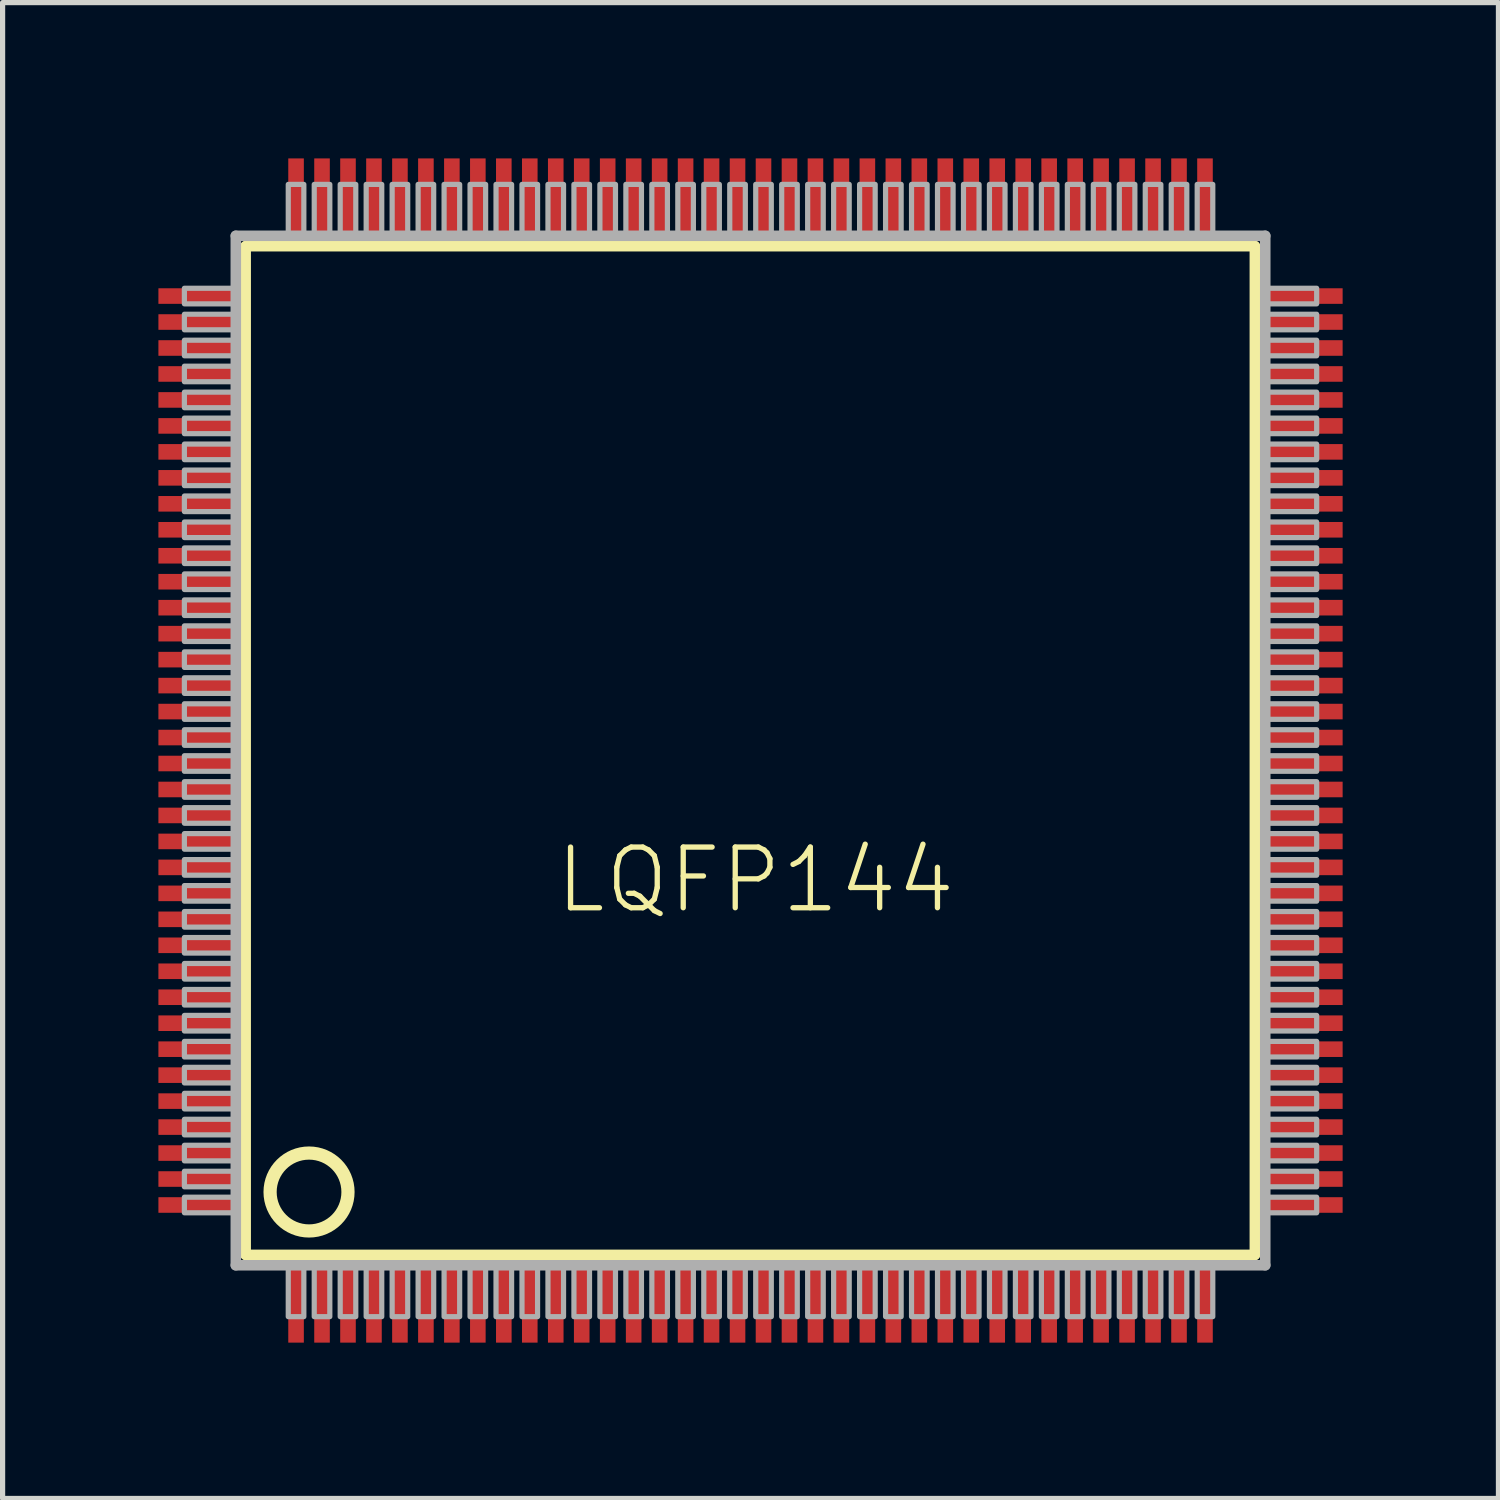
<source format=kicad_pcb>
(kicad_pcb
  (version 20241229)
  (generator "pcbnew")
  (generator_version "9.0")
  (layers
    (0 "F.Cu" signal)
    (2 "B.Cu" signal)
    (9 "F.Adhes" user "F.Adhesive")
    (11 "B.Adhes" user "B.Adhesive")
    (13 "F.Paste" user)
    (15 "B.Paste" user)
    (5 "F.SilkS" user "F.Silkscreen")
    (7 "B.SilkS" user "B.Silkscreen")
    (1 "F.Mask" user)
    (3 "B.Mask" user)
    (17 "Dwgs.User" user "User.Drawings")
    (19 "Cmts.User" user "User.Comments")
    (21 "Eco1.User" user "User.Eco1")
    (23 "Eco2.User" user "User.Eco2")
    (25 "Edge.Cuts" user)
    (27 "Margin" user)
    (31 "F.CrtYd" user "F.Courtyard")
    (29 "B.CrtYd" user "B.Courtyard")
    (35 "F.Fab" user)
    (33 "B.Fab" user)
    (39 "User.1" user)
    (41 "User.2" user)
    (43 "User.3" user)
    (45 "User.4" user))
  (footprint "LQFP144"
    (layer "F.Cu")
    (at 11.4 11.4)
    (property "Reference" "LQFP144" (at -3.81 3.175 0) (unlocked yes) (layer "F.SilkS") (effects (font (size 1.168 1.168) (thickness 0.102)) (justify left bottom)))
    (fp_line (start -9.72 -9.71) (end 9.71 -9.71) (stroke (width 0.203) (type solid)) (layer "F.SilkS"))
    (fp_line (start -9.72 9.71) (end -9.72 -9.71) (stroke (width 0.203) (type solid)) (layer "F.SilkS"))
    (fp_line (start 9.71 -9.71) (end 9.71 9.71) (stroke (width 0.203) (type solid)) (layer "F.SilkS"))
    (fp_line (start 9.71 9.71) (end -9.72 9.71) (stroke (width 0.203) (type solid)) (layer "F.SilkS"))
    (fp_circle (center -8.5 8.5) (end -7.75 8.5) (stroke (width 0.254) (type solid)) (fill no) (layer "F.SilkS"))
    (fp_line (start -9.91 -9.91) (end -9.91 9.91) (stroke (width 0.203) (type solid)) (layer "F.Fab"))
    (fp_line (start -9.91 9.91) (end 9.91 9.91) (stroke (width 0.203) (type solid)) (layer "F.Fab"))
    (fp_line (start 9.91 -9.91) (end -9.91 -9.91) (stroke (width 0.203) (type solid)) (layer "F.Fab"))
    (fp_line (start 9.91 9.91) (end 9.91 -9.91) (stroke (width 0.203) (type solid)) (layer "F.Fab"))
    (fp_poly (pts (xy -10.9 -8.6) (xy -9.95 -8.6) (xy -9.95 -8.9) (xy -10.9 -8.9)) (stroke (width 0.1) (type default)) (fill no) (layer "F.Fab"))
    (fp_poly (pts (xy -10.9 -8.1) (xy -9.95 -8.1) (xy -9.95 -8.4) (xy -10.9 -8.4)) (stroke (width 0.1) (type default)) (fill no) (layer "F.Fab"))
    (fp_poly (pts (xy -10.9 -7.6) (xy -9.95 -7.6) (xy -9.95 -7.9) (xy -10.9 -7.9)) (stroke (width 0.1) (type default)) (fill no) (layer "F.Fab"))
    (fp_poly (pts (xy -10.9 -7.1) (xy -9.95 -7.1) (xy -9.95 -7.4) (xy -10.9 -7.4)) (stroke (width 0.1) (type default)) (fill no) (layer "F.Fab"))
    (fp_poly (pts (xy -10.9 -6.6) (xy -9.95 -6.6) (xy -9.95 -6.9) (xy -10.9 -6.9)) (stroke (width 0.1) (type default)) (fill no) (layer "F.Fab"))
    (fp_poly (pts (xy -10.9 -6.1) (xy -9.95 -6.1) (xy -9.95 -6.4) (xy -10.9 -6.4)) (stroke (width 0.1) (type default)) (fill no) (layer "F.Fab"))
    (fp_poly (pts (xy -10.9 -5.6) (xy -9.95 -5.6) (xy -9.95 -5.9) (xy -10.9 -5.9)) (stroke (width 0.1) (type default)) (fill no) (layer "F.Fab"))
    (fp_poly (pts (xy -10.9 -5.1) (xy -9.95 -5.1) (xy -9.95 -5.4) (xy -10.9 -5.4)) (stroke (width 0.1) (type default)) (fill no) (layer "F.Fab"))
    (fp_poly (pts (xy -10.9 -4.6) (xy -9.95 -4.6) (xy -9.95 -4.9) (xy -10.9 -4.9)) (stroke (width 0.1) (type default)) (fill no) (layer "F.Fab"))
    (fp_poly (pts (xy -10.9 -4.1) (xy -9.95 -4.1) (xy -9.95 -4.4) (xy -10.9 -4.4)) (stroke (width 0.1) (type default)) (fill no) (layer "F.Fab"))
    (fp_poly (pts (xy -10.9 -3.6) (xy -9.95 -3.6) (xy -9.95 -3.9) (xy -10.9 -3.9)) (stroke (width 0.1) (type default)) (fill no) (layer "F.Fab"))
    (fp_poly (pts (xy -10.9 -3.1) (xy -9.95 -3.1) (xy -9.95 -3.4) (xy -10.9 -3.4)) (stroke (width 0.1) (type default)) (fill no) (layer "F.Fab"))
    (fp_poly (pts (xy -10.9 -2.6) (xy -9.95 -2.6) (xy -9.95 -2.9) (xy -10.9 -2.9)) (stroke (width 0.1) (type default)) (fill no) (layer "F.Fab"))
    (fp_poly (pts (xy -10.9 -2.1) (xy -9.95 -2.1) (xy -9.95 -2.4) (xy -10.9 -2.4)) (stroke (width 0.1) (type default)) (fill no) (layer "F.Fab"))
    (fp_poly (pts (xy -10.9 -1.6) (xy -9.95 -1.6) (xy -9.95 -1.9) (xy -10.9 -1.9)) (stroke (width 0.1) (type default)) (fill no) (layer "F.Fab"))
    (fp_poly (pts (xy -10.9 -1.1) (xy -9.95 -1.1) (xy -9.95 -1.4) (xy -10.9 -1.4)) (stroke (width 0.1) (type default)) (fill no) (layer "F.Fab"))
    (fp_poly (pts (xy -10.9 -0.6) (xy -9.95 -0.6) (xy -9.95 -0.9) (xy -10.9 -0.9)) (stroke (width 0.1) (type default)) (fill no) (layer "F.Fab"))
    (fp_poly (pts (xy -10.9 -0.1) (xy -9.95 -0.1) (xy -9.95 -0.4) (xy -10.9 -0.4)) (stroke (width 0.1) (type default)) (fill no) (layer "F.Fab"))
    (fp_poly (pts (xy -10.9 0.4) (xy -9.95 0.4) (xy -9.95 0.1) (xy -10.9 0.1)) (stroke (width 0.1) (type default)) (fill no) (layer "F.Fab"))
    (fp_poly (pts (xy -10.9 0.9) (xy -9.95 0.9) (xy -9.95 0.6) (xy -10.9 0.6)) (stroke (width 0.1) (type default)) (fill no) (layer "F.Fab"))
    (fp_poly (pts (xy -10.9 1.4) (xy -9.95 1.4) (xy -9.95 1.1) (xy -10.9 1.1)) (stroke (width 0.1) (type default)) (fill no) (layer "F.Fab"))
    (fp_poly (pts (xy -10.9 1.9) (xy -9.95 1.9) (xy -9.95 1.6) (xy -10.9 1.6)) (stroke (width 0.1) (type default)) (fill no) (layer "F.Fab"))
    (fp_poly (pts (xy -10.9 2.4) (xy -9.95 2.4) (xy -9.95 2.1) (xy -10.9 2.1)) (stroke (width 0.1) (type default)) (fill no) (layer "F.Fab"))
    (fp_poly (pts (xy -10.9 2.9) (xy -9.95 2.9) (xy -9.95 2.6) (xy -10.9 2.6)) (stroke (width 0.1) (type default)) (fill no) (layer "F.Fab"))
    (fp_poly (pts (xy -10.9 3.4) (xy -9.95 3.4) (xy -9.95 3.1) (xy -10.9 3.1)) (stroke (width 0.1) (type default)) (fill no) (layer "F.Fab"))
    (fp_poly (pts (xy -10.9 3.9) (xy -9.95 3.9) (xy -9.95 3.6) (xy -10.9 3.6)) (stroke (width 0.1) (type default)) (fill no) (layer "F.Fab"))
    (fp_poly (pts (xy -10.9 4.4) (xy -9.95 4.4) (xy -9.95 4.1) (xy -10.9 4.1)) (stroke (width 0.1) (type default)) (fill no) (layer "F.Fab"))
    (fp_poly (pts (xy -10.9 4.9) (xy -9.95 4.9) (xy -9.95 4.6) (xy -10.9 4.6)) (stroke (width 0.1) (type default)) (fill no) (layer "F.Fab"))
    (fp_poly (pts (xy -10.9 5.4) (xy -9.95 5.4) (xy -9.95 5.1) (xy -10.9 5.1)) (stroke (width 0.1) (type default)) (fill no) (layer "F.Fab"))
    (fp_poly (pts (xy -10.9 5.9) (xy -9.95 5.9) (xy -9.95 5.6) (xy -10.9 5.6)) (stroke (width 0.1) (type default)) (fill no) (layer "F.Fab"))
    (fp_poly (pts (xy -10.9 6.4) (xy -9.95 6.4) (xy -9.95 6.1) (xy -10.9 6.1)) (stroke (width 0.1) (type default)) (fill no) (layer "F.Fab"))
    (fp_poly (pts (xy -10.9 6.9) (xy -9.95 6.9) (xy -9.95 6.6) (xy -10.9 6.6)) (stroke (width 0.1) (type default)) (fill no) (layer "F.Fab"))
    (fp_poly (pts (xy -10.9 7.4) (xy -9.95 7.4) (xy -9.95 7.1) (xy -10.9 7.1)) (stroke (width 0.1) (type default)) (fill no) (layer "F.Fab"))
    (fp_poly (pts (xy -10.9 7.9) (xy -9.95 7.9) (xy -9.95 7.6) (xy -10.9 7.6)) (stroke (width 0.1) (type default)) (fill no) (layer "F.Fab"))
    (fp_poly (pts (xy -10.9 8.4) (xy -9.95 8.4) (xy -9.95 8.1) (xy -10.9 8.1)) (stroke (width 0.1) (type default)) (fill no) (layer "F.Fab"))
    (fp_poly (pts (xy -10.9 8.9) (xy -9.95 8.9) (xy -9.95 8.6) (xy -10.9 8.6)) (stroke (width 0.1) (type default)) (fill no) (layer "F.Fab"))
    (fp_poly (pts (xy -8.9 -9.95) (xy -8.6 -9.95) (xy -8.6 -10.9) (xy -8.9 -10.9)) (stroke (width 0.1) (type default)) (fill no) (layer "F.Fab"))
    (fp_poly (pts (xy -8.9 10.9) (xy -8.6 10.9) (xy -8.6 9.95) (xy -8.9 9.95)) (stroke (width 0.1) (type default)) (fill no) (layer "F.Fab"))
    (fp_poly (pts (xy -8.4 -9.95) (xy -8.1 -9.95) (xy -8.1 -10.9) (xy -8.4 -10.9)) (stroke (width 0.1) (type default)) (fill no) (layer "F.Fab"))
    (fp_poly (pts (xy -8.4 10.9) (xy -8.1 10.9) (xy -8.1 9.95) (xy -8.4 9.95)) (stroke (width 0.1) (type default)) (fill no) (layer "F.Fab"))
    (fp_poly (pts (xy -7.9 -9.95) (xy -7.6 -9.95) (xy -7.6 -10.9) (xy -7.9 -10.9)) (stroke (width 0.1) (type default)) (fill no) (layer "F.Fab"))
    (fp_poly (pts (xy -7.9 10.9) (xy -7.6 10.9) (xy -7.6 9.95) (xy -7.9 9.95)) (stroke (width 0.1) (type default)) (fill no) (layer "F.Fab"))
    (fp_poly (pts (xy -7.4 -9.95) (xy -7.1 -9.95) (xy -7.1 -10.9) (xy -7.4 -10.9)) (stroke (width 0.1) (type default)) (fill no) (layer "F.Fab"))
    (fp_poly (pts (xy -7.4 10.9) (xy -7.1 10.9) (xy -7.1 9.95) (xy -7.4 9.95)) (stroke (width 0.1) (type default)) (fill no) (layer "F.Fab"))
    (fp_poly (pts (xy -6.9 -9.95) (xy -6.6 -9.95) (xy -6.6 -10.9) (xy -6.9 -10.9)) (stroke (width 0.1) (type default)) (fill no) (layer "F.Fab"))
    (fp_poly (pts (xy -6.9 10.9) (xy -6.6 10.9) (xy -6.6 9.95) (xy -6.9 9.95)) (stroke (width 0.1) (type default)) (fill no) (layer "F.Fab"))
    (fp_poly (pts (xy -6.4 -9.95) (xy -6.1 -9.95) (xy -6.1 -10.9) (xy -6.4 -10.9)) (stroke (width 0.1) (type default)) (fill no) (layer "F.Fab"))
    (fp_poly (pts (xy -6.4 10.9) (xy -6.1 10.9) (xy -6.1 9.95) (xy -6.4 9.95)) (stroke (width 0.1) (type default)) (fill no) (layer "F.Fab"))
    (fp_poly (pts (xy -5.9 -9.95) (xy -5.6 -9.95) (xy -5.6 -10.9) (xy -5.9 -10.9)) (stroke (width 0.1) (type default)) (fill no) (layer "F.Fab"))
    (fp_poly (pts (xy -5.9 10.9) (xy -5.6 10.9) (xy -5.6 9.95) (xy -5.9 9.95)) (stroke (width 0.1) (type default)) (fill no) (layer "F.Fab"))
    (fp_poly (pts (xy -5.4 -9.95) (xy -5.1 -9.95) (xy -5.1 -10.9) (xy -5.4 -10.9)) (stroke (width 0.1) (type default)) (fill no) (layer "F.Fab"))
    (fp_poly (pts (xy -5.4 10.9) (xy -5.1 10.9) (xy -5.1 9.95) (xy -5.4 9.95)) (stroke (width 0.1) (type default)) (fill no) (layer "F.Fab"))
    (fp_poly (pts (xy -4.9 -9.95) (xy -4.6 -9.95) (xy -4.6 -10.9) (xy -4.9 -10.9)) (stroke (width 0.1) (type default)) (fill no) (layer "F.Fab"))
    (fp_poly (pts (xy -4.9 10.9) (xy -4.6 10.9) (xy -4.6 9.95) (xy -4.9 9.95)) (stroke (width 0.1) (type default)) (fill no) (layer "F.Fab"))
    (fp_poly (pts (xy -4.4 -9.95) (xy -4.1 -9.95) (xy -4.1 -10.9) (xy -4.4 -10.9)) (stroke (width 0.1) (type default)) (fill no) (layer "F.Fab"))
    (fp_poly (pts (xy -4.4 10.9) (xy -4.1 10.9) (xy -4.1 9.95) (xy -4.4 9.95)) (stroke (width 0.1) (type default)) (fill no) (layer "F.Fab"))
    (fp_poly (pts (xy -3.9 -9.95) (xy -3.6 -9.95) (xy -3.6 -10.9) (xy -3.9 -10.9)) (stroke (width 0.1) (type default)) (fill no) (layer "F.Fab"))
    (fp_poly (pts (xy -3.9 10.9) (xy -3.6 10.9) (xy -3.6 9.95) (xy -3.9 9.95)) (stroke (width 0.1) (type default)) (fill no) (layer "F.Fab"))
    (fp_poly (pts (xy -3.4 -9.95) (xy -3.1 -9.95) (xy -3.1 -10.9) (xy -3.4 -10.9)) (stroke (width 0.1) (type default)) (fill no) (layer "F.Fab"))
    (fp_poly (pts (xy -3.4 10.9) (xy -3.1 10.9) (xy -3.1 9.95) (xy -3.4 9.95)) (stroke (width 0.1) (type default)) (fill no) (layer "F.Fab"))
    (fp_poly (pts (xy -2.9 -9.95) (xy -2.6 -9.95) (xy -2.6 -10.9) (xy -2.9 -10.9)) (stroke (width 0.1) (type default)) (fill no) (layer "F.Fab"))
    (fp_poly (pts (xy -2.9 10.9) (xy -2.6 10.9) (xy -2.6 9.95) (xy -2.9 9.95)) (stroke (width 0.1) (type default)) (fill no) (layer "F.Fab"))
    (fp_poly (pts (xy -2.4 -9.95) (xy -2.1 -9.95) (xy -2.1 -10.9) (xy -2.4 -10.9)) (stroke (width 0.1) (type default)) (fill no) (layer "F.Fab"))
    (fp_poly (pts (xy -2.4 10.9) (xy -2.1 10.9) (xy -2.1 9.95) (xy -2.4 9.95)) (stroke (width 0.1) (type default)) (fill no) (layer "F.Fab"))
    (fp_poly (pts (xy -1.9 -9.95) (xy -1.6 -9.95) (xy -1.6 -10.9) (xy -1.9 -10.9)) (stroke (width 0.1) (type default)) (fill no) (layer "F.Fab"))
    (fp_poly (pts (xy -1.9 10.9) (xy -1.6 10.9) (xy -1.6 9.95) (xy -1.9 9.95)) (stroke (width 0.1) (type default)) (fill no) (layer "F.Fab"))
    (fp_poly (pts (xy -1.4 -9.95) (xy -1.1 -9.95) (xy -1.1 -10.9) (xy -1.4 -10.9)) (stroke (width 0.1) (type default)) (fill no) (layer "F.Fab"))
    (fp_poly (pts (xy -1.4 10.9) (xy -1.1 10.9) (xy -1.1 9.95) (xy -1.4 9.95)) (stroke (width 0.1) (type default)) (fill no) (layer "F.Fab"))
    (fp_poly (pts (xy -0.9 -9.95) (xy -0.6 -9.95) (xy -0.6 -10.9) (xy -0.9 -10.9)) (stroke (width 0.1) (type default)) (fill no) (layer "F.Fab"))
    (fp_poly (pts (xy -0.9 10.9) (xy -0.6 10.9) (xy -0.6 9.95) (xy -0.9 9.95)) (stroke (width 0.1) (type default)) (fill no) (layer "F.Fab"))
    (fp_poly (pts (xy -0.4 -9.95) (xy -0.1 -9.95) (xy -0.1 -10.9) (xy -0.4 -10.9)) (stroke (width 0.1) (type default)) (fill no) (layer "F.Fab"))
    (fp_poly (pts (xy -0.4 10.9) (xy -0.1 10.9) (xy -0.1 9.95) (xy -0.4 9.95)) (stroke (width 0.1) (type default)) (fill no) (layer "F.Fab"))
    (fp_poly (pts (xy 0.1 -9.95) (xy 0.4 -9.95) (xy 0.4 -10.9) (xy 0.1 -10.9)) (stroke (width 0.1) (type default)) (fill no) (layer "F.Fab"))
    (fp_poly (pts (xy 0.1 10.9) (xy 0.4 10.9) (xy 0.4 9.95) (xy 0.1 9.95)) (stroke (width 0.1) (type default)) (fill no) (layer "F.Fab"))
    (fp_poly (pts (xy 0.6 -9.95) (xy 0.9 -9.95) (xy 0.9 -10.9) (xy 0.6 -10.9)) (stroke (width 0.1) (type default)) (fill no) (layer "F.Fab"))
    (fp_poly (pts (xy 0.6 10.9) (xy 0.9 10.9) (xy 0.9 9.95) (xy 0.6 9.95)) (stroke (width 0.1) (type default)) (fill no) (layer "F.Fab"))
    (fp_poly (pts (xy 1.1 -9.95) (xy 1.4 -9.95) (xy 1.4 -10.9) (xy 1.1 -10.9)) (stroke (width 0.1) (type default)) (fill no) (layer "F.Fab"))
    (fp_poly (pts (xy 1.1 10.9) (xy 1.4 10.9) (xy 1.4 9.95) (xy 1.1 9.95)) (stroke (width 0.1) (type default)) (fill no) (layer "F.Fab"))
    (fp_poly (pts (xy 1.6 -9.95) (xy 1.9 -9.95) (xy 1.9 -10.9) (xy 1.6 -10.9)) (stroke (width 0.1) (type default)) (fill no) (layer "F.Fab"))
    (fp_poly (pts (xy 1.6 10.9) (xy 1.9 10.9) (xy 1.9 9.95) (xy 1.6 9.95)) (stroke (width 0.1) (type default)) (fill no) (layer "F.Fab"))
    (fp_poly (pts (xy 2.1 -9.95) (xy 2.4 -9.95) (xy 2.4 -10.9) (xy 2.1 -10.9)) (stroke (width 0.1) (type default)) (fill no) (layer "F.Fab"))
    (fp_poly (pts (xy 2.1 10.9) (xy 2.4 10.9) (xy 2.4 9.95) (xy 2.1 9.95)) (stroke (width 0.1) (type default)) (fill no) (layer "F.Fab"))
    (fp_poly (pts (xy 2.6 -9.95) (xy 2.9 -9.95) (xy 2.9 -10.9) (xy 2.6 -10.9)) (stroke (width 0.1) (type default)) (fill no) (layer "F.Fab"))
    (fp_poly (pts (xy 2.6 10.9) (xy 2.9 10.9) (xy 2.9 9.95) (xy 2.6 9.95)) (stroke (width 0.1) (type default)) (fill no) (layer "F.Fab"))
    (fp_poly (pts (xy 3.1 -9.95) (xy 3.4 -9.95) (xy 3.4 -10.9) (xy 3.1 -10.9)) (stroke (width 0.1) (type default)) (fill no) (layer "F.Fab"))
    (fp_poly (pts (xy 3.1 10.9) (xy 3.4 10.9) (xy 3.4 9.95) (xy 3.1 9.95)) (stroke (width 0.1) (type default)) (fill no) (layer "F.Fab"))
    (fp_poly (pts (xy 3.6 -9.95) (xy 3.9 -9.95) (xy 3.9 -10.9) (xy 3.6 -10.9)) (stroke (width 0.1) (type default)) (fill no) (layer "F.Fab"))
    (fp_poly (pts (xy 3.6 10.9) (xy 3.9 10.9) (xy 3.9 9.95) (xy 3.6 9.95)) (stroke (width 0.1) (type default)) (fill no) (layer "F.Fab"))
    (fp_poly (pts (xy 4.1 -9.95) (xy 4.4 -9.95) (xy 4.4 -10.9) (xy 4.1 -10.9)) (stroke (width 0.1) (type default)) (fill no) (layer "F.Fab"))
    (fp_poly (pts (xy 4.1 10.9) (xy 4.4 10.9) (xy 4.4 9.95) (xy 4.1 9.95)) (stroke (width 0.1) (type default)) (fill no) (layer "F.Fab"))
    (fp_poly (pts (xy 4.6 -9.95) (xy 4.9 -9.95) (xy 4.9 -10.9) (xy 4.6 -10.9)) (stroke (width 0.1) (type default)) (fill no) (layer "F.Fab"))
    (fp_poly (pts (xy 4.6 10.9) (xy 4.9 10.9) (xy 4.9 9.95) (xy 4.6 9.95)) (stroke (width 0.1) (type default)) (fill no) (layer "F.Fab"))
    (fp_poly (pts (xy 5.1 -9.95) (xy 5.4 -9.95) (xy 5.4 -10.9) (xy 5.1 -10.9)) (stroke (width 0.1) (type default)) (fill no) (layer "F.Fab"))
    (fp_poly (pts (xy 5.1 10.9) (xy 5.4 10.9) (xy 5.4 9.95) (xy 5.1 9.95)) (stroke (width 0.1) (type default)) (fill no) (layer "F.Fab"))
    (fp_poly (pts (xy 5.6 -9.95) (xy 5.9 -9.95) (xy 5.9 -10.9) (xy 5.6 -10.9)) (stroke (width 0.1) (type default)) (fill no) (layer "F.Fab"))
    (fp_poly (pts (xy 5.6 10.9) (xy 5.9 10.9) (xy 5.9 9.95) (xy 5.6 9.95)) (stroke (width 0.1) (type default)) (fill no) (layer "F.Fab"))
    (fp_poly (pts (xy 6.1 -9.95) (xy 6.4 -9.95) (xy 6.4 -10.9) (xy 6.1 -10.9)) (stroke (width 0.1) (type default)) (fill no) (layer "F.Fab"))
    (fp_poly (pts (xy 6.1 10.9) (xy 6.4 10.9) (xy 6.4 9.95) (xy 6.1 9.95)) (stroke (width 0.1) (type default)) (fill no) (layer "F.Fab"))
    (fp_poly (pts (xy 6.6 -9.95) (xy 6.9 -9.95) (xy 6.9 -10.9) (xy 6.6 -10.9)) (stroke (width 0.1) (type default)) (fill no) (layer "F.Fab"))
    (fp_poly (pts (xy 6.6 10.9) (xy 6.9 10.9) (xy 6.9 9.95) (xy 6.6 9.95)) (stroke (width 0.1) (type default)) (fill no) (layer "F.Fab"))
    (fp_poly (pts (xy 7.1 -9.95) (xy 7.4 -9.95) (xy 7.4 -10.9) (xy 7.1 -10.9)) (stroke (width 0.1) (type default)) (fill no) (layer "F.Fab"))
    (fp_poly (pts (xy 7.1 10.9) (xy 7.4 10.9) (xy 7.4 9.95) (xy 7.1 9.95)) (stroke (width 0.1) (type default)) (fill no) (layer "F.Fab"))
    (fp_poly (pts (xy 7.6 -9.95) (xy 7.9 -9.95) (xy 7.9 -10.9) (xy 7.6 -10.9)) (stroke (width 0.1) (type default)) (fill no) (layer "F.Fab"))
    (fp_poly (pts (xy 7.6 10.9) (xy 7.9 10.9) (xy 7.9 9.95) (xy 7.6 9.95)) (stroke (width 0.1) (type default)) (fill no) (layer "F.Fab"))
    (fp_poly (pts (xy 8.1 -9.95) (xy 8.4 -9.95) (xy 8.4 -10.9) (xy 8.1 -10.9)) (stroke (width 0.1) (type default)) (fill no) (layer "F.Fab"))
    (fp_poly (pts (xy 8.1 10.9) (xy 8.4 10.9) (xy 8.4 9.95) (xy 8.1 9.95)) (stroke (width 0.1) (type default)) (fill no) (layer "F.Fab"))
    (fp_poly (pts (xy 8.6 -9.95) (xy 8.9 -9.95) (xy 8.9 -10.9) (xy 8.6 -10.9)) (stroke (width 0.1) (type default)) (fill no) (layer "F.Fab"))
    (fp_poly (pts (xy 8.6 10.9) (xy 8.9 10.9) (xy 8.9 9.95) (xy 8.6 9.95)) (stroke (width 0.1) (type default)) (fill no) (layer "F.Fab"))
    (fp_poly (pts (xy 9.95 -8.6) (xy 10.9 -8.6) (xy 10.9 -8.9) (xy 9.95 -8.9)) (stroke (width 0.1) (type default)) (fill no) (layer "F.Fab"))
    (fp_poly (pts (xy 9.95 -8.1) (xy 10.9 -8.1) (xy 10.9 -8.4) (xy 9.95 -8.4)) (stroke (width 0.1) (type default)) (fill no) (layer "F.Fab"))
    (fp_poly (pts (xy 9.95 -7.6) (xy 10.9 -7.6) (xy 10.9 -7.9) (xy 9.95 -7.9)) (stroke (width 0.1) (type default)) (fill no) (layer "F.Fab"))
    (fp_poly (pts (xy 9.95 -7.1) (xy 10.9 -7.1) (xy 10.9 -7.4) (xy 9.95 -7.4)) (stroke (width 0.1) (type default)) (fill no) (layer "F.Fab"))
    (fp_poly (pts (xy 9.95 -6.6) (xy 10.9 -6.6) (xy 10.9 -6.9) (xy 9.95 -6.9)) (stroke (width 0.1) (type default)) (fill no) (layer "F.Fab"))
    (fp_poly (pts (xy 9.95 -6.1) (xy 10.9 -6.1) (xy 10.9 -6.4) (xy 9.95 -6.4)) (stroke (width 0.1) (type default)) (fill no) (layer "F.Fab"))
    (fp_poly (pts (xy 9.95 -5.6) (xy 10.9 -5.6) (xy 10.9 -5.9) (xy 9.95 -5.9)) (stroke (width 0.1) (type default)) (fill no) (layer "F.Fab"))
    (fp_poly (pts (xy 9.95 -5.1) (xy 10.9 -5.1) (xy 10.9 -5.4) (xy 9.95 -5.4)) (stroke (width 0.1) (type default)) (fill no) (layer "F.Fab"))
    (fp_poly (pts (xy 9.95 -4.6) (xy 10.9 -4.6) (xy 10.9 -4.9) (xy 9.95 -4.9)) (stroke (width 0.1) (type default)) (fill no) (layer "F.Fab"))
    (fp_poly (pts (xy 9.95 -4.1) (xy 10.9 -4.1) (xy 10.9 -4.4) (xy 9.95 -4.4)) (stroke (width 0.1) (type default)) (fill no) (layer "F.Fab"))
    (fp_poly (pts (xy 9.95 -3.6) (xy 10.9 -3.6) (xy 10.9 -3.9) (xy 9.95 -3.9)) (stroke (width 0.1) (type default)) (fill no) (layer "F.Fab"))
    (fp_poly (pts (xy 9.95 -3.1) (xy 10.9 -3.1) (xy 10.9 -3.4) (xy 9.95 -3.4)) (stroke (width 0.1) (type default)) (fill no) (layer "F.Fab"))
    (fp_poly (pts (xy 9.95 -2.6) (xy 10.9 -2.6) (xy 10.9 -2.9) (xy 9.95 -2.9)) (stroke (width 0.1) (type default)) (fill no) (layer "F.Fab"))
    (fp_poly (pts (xy 9.95 -2.1) (xy 10.9 -2.1) (xy 10.9 -2.4) (xy 9.95 -2.4)) (stroke (width 0.1) (type default)) (fill no) (layer "F.Fab"))
    (fp_poly (pts (xy 9.95 -1.6) (xy 10.9 -1.6) (xy 10.9 -1.9) (xy 9.95 -1.9)) (stroke (width 0.1) (type default)) (fill no) (layer "F.Fab"))
    (fp_poly (pts (xy 9.95 -1.1) (xy 10.9 -1.1) (xy 10.9 -1.4) (xy 9.95 -1.4)) (stroke (width 0.1) (type default)) (fill no) (layer "F.Fab"))
    (fp_poly (pts (xy 9.95 -0.6) (xy 10.9 -0.6) (xy 10.9 -0.9) (xy 9.95 -0.9)) (stroke (width 0.1) (type default)) (fill no) (layer "F.Fab"))
    (fp_poly (pts (xy 9.95 -0.1) (xy 10.9 -0.1) (xy 10.9 -0.4) (xy 9.95 -0.4)) (stroke (width 0.1) (type default)) (fill no) (layer "F.Fab"))
    (fp_poly (pts (xy 9.95 0.4) (xy 10.9 0.4) (xy 10.9 0.1) (xy 9.95 0.1)) (stroke (width 0.1) (type default)) (fill no) (layer "F.Fab"))
    (fp_poly (pts (xy 9.95 0.9) (xy 10.9 0.9) (xy 10.9 0.6) (xy 9.95 0.6)) (stroke (width 0.1) (type default)) (fill no) (layer "F.Fab"))
    (fp_poly (pts (xy 9.95 1.4) (xy 10.9 1.4) (xy 10.9 1.1) (xy 9.95 1.1)) (stroke (width 0.1) (type default)) (fill no) (layer "F.Fab"))
    (fp_poly (pts (xy 9.95 1.9) (xy 10.9 1.9) (xy 10.9 1.6) (xy 9.95 1.6)) (stroke (width 0.1) (type default)) (fill no) (layer "F.Fab"))
    (fp_poly (pts (xy 9.95 2.4) (xy 10.9 2.4) (xy 10.9 2.1) (xy 9.95 2.1)) (stroke (width 0.1) (type default)) (fill no) (layer "F.Fab"))
    (fp_poly (pts (xy 9.95 2.9) (xy 10.9 2.9) (xy 10.9 2.6) (xy 9.95 2.6)) (stroke (width 0.1) (type default)) (fill no) (layer "F.Fab"))
    (fp_poly (pts (xy 9.95 3.4) (xy 10.9 3.4) (xy 10.9 3.1) (xy 9.95 3.1)) (stroke (width 0.1) (type default)) (fill no) (layer "F.Fab"))
    (fp_poly (pts (xy 9.95 3.9) (xy 10.9 3.9) (xy 10.9 3.6) (xy 9.95 3.6)) (stroke (width 0.1) (type default)) (fill no) (layer "F.Fab"))
    (fp_poly (pts (xy 9.95 4.4) (xy 10.9 4.4) (xy 10.9 4.1) (xy 9.95 4.1)) (stroke (width 0.1) (type default)) (fill no) (layer "F.Fab"))
    (fp_poly (pts (xy 9.95 4.9) (xy 10.9 4.9) (xy 10.9 4.6) (xy 9.95 4.6)) (stroke (width 0.1) (type default)) (fill no) (layer "F.Fab"))
    (fp_poly (pts (xy 9.95 5.4) (xy 10.9 5.4) (xy 10.9 5.1) (xy 9.95 5.1)) (stroke (width 0.1) (type default)) (fill no) (layer "F.Fab"))
    (fp_poly (pts (xy 9.95 5.9) (xy 10.9 5.9) (xy 10.9 5.6) (xy 9.95 5.6)) (stroke (width 0.1) (type default)) (fill no) (layer "F.Fab"))
    (fp_poly (pts (xy 9.95 6.4) (xy 10.9 6.4) (xy 10.9 6.1) (xy 9.95 6.1)) (stroke (width 0.1) (type default)) (fill no) (layer "F.Fab"))
    (fp_poly (pts (xy 9.95 6.9) (xy 10.9 6.9) (xy 10.9 6.6) (xy 9.95 6.6)) (stroke (width 0.1) (type default)) (fill no) (layer "F.Fab"))
    (fp_poly (pts (xy 9.95 7.4) (xy 10.9 7.4) (xy 10.9 7.1) (xy 9.95 7.1)) (stroke (width 0.1) (type default)) (fill no) (layer "F.Fab"))
    (fp_poly (pts (xy 9.95 7.9) (xy 10.9 7.9) (xy 10.9 7.6) (xy 9.95 7.6)) (stroke (width 0.1) (type default)) (fill no) (layer "F.Fab"))
    (fp_poly (pts (xy 9.95 8.4) (xy 10.9 8.4) (xy 10.9 8.1) (xy 9.95 8.1)) (stroke (width 0.1) (type default)) (fill no) (layer "F.Fab"))
    (fp_poly (pts (xy 9.95 8.9) (xy 10.9 8.9) (xy 10.9 8.6) (xy 9.95 8.6)) (stroke (width 0.1) (type default)) (fill no) (layer "F.Fab"))
    (pad "1" smd rect (at -8.75 10.6) (size 0.3 1.6) (layers "F.Cu" "F.Mask" "F.Paste"))
    (pad "2" smd rect (at -8.25 10.6) (size 0.3 1.6) (layers "F.Cu" "F.Mask" "F.Paste"))
    (pad "3" smd rect (at -7.75 10.6) (size 0.3 1.6) (layers "F.Cu" "F.Mask" "F.Paste"))
    (pad "4" smd rect (at -7.25 10.6) (size 0.3 1.6) (layers "F.Cu" "F.Mask" "F.Paste"))
    (pad "5" smd rect (at -6.75 10.6) (size 0.3 1.6) (layers "F.Cu" "F.Mask" "F.Paste"))
    (pad "6" smd rect (at -6.25 10.6) (size 0.3 1.6) (layers "F.Cu" "F.Mask" "F.Paste"))
    (pad "7" smd rect (at -5.75 10.6) (size 0.3 1.6) (layers "F.Cu" "F.Mask" "F.Paste"))
    (pad "8" smd rect (at -5.25 10.6) (size 0.3 1.6) (layers "F.Cu" "F.Mask" "F.Paste"))
    (pad "9" smd rect (at -4.75 10.6) (size 0.3 1.6) (layers "F.Cu" "F.Mask" "F.Paste"))
    (pad "10" smd rect (at -4.25 10.6) (size 0.3 1.6) (layers "F.Cu" "F.Mask" "F.Paste"))
    (pad "11" smd rect (at -3.75 10.6) (size 0.3 1.6) (layers "F.Cu" "F.Mask" "F.Paste"))
    (pad "12" smd rect (at -3.25 10.6) (size 0.3 1.6) (layers "F.Cu" "F.Mask" "F.Paste"))
    (pad "13" smd rect (at -2.75 10.6) (size 0.3 1.6) (layers "F.Cu" "F.Mask" "F.Paste"))
    (pad "14" smd rect (at -2.25 10.6) (size 0.3 1.6) (layers "F.Cu" "F.Mask" "F.Paste"))
    (pad "15" smd rect (at -1.75 10.6) (size 0.3 1.6) (layers "F.Cu" "F.Mask" "F.Paste"))
    (pad "16" smd rect (at -1.25 10.6) (size 0.3 1.6) (layers "F.Cu" "F.Mask" "F.Paste"))
    (pad "17" smd rect (at -0.75 10.6) (size 0.3 1.6) (layers "F.Cu" "F.Mask" "F.Paste"))
    (pad "18" smd rect (at -0.25 10.6) (size 0.3 1.6) (layers "F.Cu" "F.Mask" "F.Paste"))
    (pad "19" smd rect (at 0.25 10.6) (size 0.3 1.6) (layers "F.Cu" "F.Mask" "F.Paste"))
    (pad "20" smd rect (at 0.75 10.6) (size 0.3 1.6) (layers "F.Cu" "F.Mask" "F.Paste"))
    (pad "21" smd rect (at 1.25 10.6) (size 0.3 1.6) (layers "F.Cu" "F.Mask" "F.Paste"))
    (pad "22" smd rect (at 1.75 10.6) (size 0.3 1.6) (layers "F.Cu" "F.Mask" "F.Paste"))
    (pad "23" smd rect (at 2.25 10.6) (size 0.3 1.6) (layers "F.Cu" "F.Mask" "F.Paste"))
    (pad "24" smd rect (at 2.75 10.6) (size 0.3 1.6) (layers "F.Cu" "F.Mask" "F.Paste"))
    (pad "25" smd rect (at 3.25 10.6) (size 0.3 1.6) (layers "F.Cu" "F.Mask" "F.Paste"))
    (pad "26" smd rect (at 3.75 10.6) (size 0.3 1.6) (layers "F.Cu" "F.Mask" "F.Paste"))
    (pad "27" smd rect (at 4.25 10.6) (size 0.3 1.6) (layers "F.Cu" "F.Mask" "F.Paste"))
    (pad "28" smd rect (at 4.75 10.6) (size 0.3 1.6) (layers "F.Cu" "F.Mask" "F.Paste"))
    (pad "29" smd rect (at 5.25 10.6) (size 0.3 1.6) (layers "F.Cu" "F.Mask" "F.Paste"))
    (pad "30" smd rect (at 5.75 10.6) (size 0.3 1.6) (layers "F.Cu" "F.Mask" "F.Paste"))
    (pad "31" smd rect (at 6.25 10.6) (size 0.3 1.6) (layers "F.Cu" "F.Mask" "F.Paste"))
    (pad "32" smd rect (at 6.75 10.6) (size 0.3 1.6) (layers "F.Cu" "F.Mask" "F.Paste"))
    (pad "33" smd rect (at 7.25 10.6) (size 0.3 1.6) (layers "F.Cu" "F.Mask" "F.Paste"))
    (pad "34" smd rect (at 7.75 10.6) (size 0.3 1.6) (layers "F.Cu" "F.Mask" "F.Paste"))
    (pad "35" smd rect (at 8.25 10.6) (size 0.3 1.6) (layers "F.Cu" "F.Mask" "F.Paste"))
    (pad "36" smd rect (at 8.75 10.6) (size 0.3 1.6) (layers "F.Cu" "F.Mask" "F.Paste"))
    (pad "37" smd rect (at 10.6 8.75) (size 1.6 0.3) (layers "F.Cu" "F.Mask" "F.Paste"))
    (pad "38" smd rect (at 10.6 8.25) (size 1.6 0.3) (layers "F.Cu" "F.Mask" "F.Paste"))
    (pad "39" smd rect (at 10.6 7.75) (size 1.6 0.3) (layers "F.Cu" "F.Mask" "F.Paste"))
    (pad "40" smd rect (at 10.6 7.25) (size 1.6 0.3) (layers "F.Cu" "F.Mask" "F.Paste"))
    (pad "41" smd rect (at 10.6 6.75) (size 1.6 0.3) (layers "F.Cu" "F.Mask" "F.Paste"))
    (pad "42" smd rect (at 10.6 6.25) (size 1.6 0.3) (layers "F.Cu" "F.Mask" "F.Paste"))
    (pad "43" smd rect (at 10.6 5.75) (size 1.6 0.3) (layers "F.Cu" "F.Mask" "F.Paste"))
    (pad "44" smd rect (at 10.6 5.25) (size 1.6 0.3) (layers "F.Cu" "F.Mask" "F.Paste"))
    (pad "45" smd rect (at 10.6 4.75) (size 1.6 0.3) (layers "F.Cu" "F.Mask" "F.Paste"))
    (pad "46" smd rect (at 10.6 4.25) (size 1.6 0.3) (layers "F.Cu" "F.Mask" "F.Paste"))
    (pad "47" smd rect (at 10.6 3.75) (size 1.6 0.3) (layers "F.Cu" "F.Mask" "F.Paste"))
    (pad "48" smd rect (at 10.6 3.25) (size 1.6 0.3) (layers "F.Cu" "F.Mask" "F.Paste"))
    (pad "49" smd rect (at 10.6 2.75) (size 1.6 0.3) (layers "F.Cu" "F.Mask" "F.Paste"))
    (pad "50" smd rect (at 10.6 2.25) (size 1.6 0.3) (layers "F.Cu" "F.Mask" "F.Paste"))
    (pad "51" smd rect (at 10.6 1.75) (size 1.6 0.3) (layers "F.Cu" "F.Mask" "F.Paste"))
    (pad "52" smd rect (at 10.6 1.25) (size 1.6 0.3) (layers "F.Cu" "F.Mask" "F.Paste"))
    (pad "53" smd rect (at 10.6 0.75) (size 1.6 0.3) (layers "F.Cu" "F.Mask" "F.Paste"))
    (pad "54" smd rect (at 10.6 0.25) (size 1.6 0.3) (layers "F.Cu" "F.Mask" "F.Paste"))
    (pad "55" smd rect (at 10.6 -0.25) (size 1.6 0.3) (layers "F.Cu" "F.Mask" "F.Paste"))
    (pad "56" smd rect (at 10.6 -0.75) (size 1.6 0.3) (layers "F.Cu" "F.Mask" "F.Paste"))
    (pad "57" smd rect (at 10.6 -1.25) (size 1.6 0.3) (layers "F.Cu" "F.Mask" "F.Paste"))
    (pad "58" smd rect (at 10.6 -1.75) (size 1.6 0.3) (layers "F.Cu" "F.Mask" "F.Paste"))
    (pad "59" smd rect (at 10.6 -2.25) (size 1.6 0.3) (layers "F.Cu" "F.Mask" "F.Paste"))
    (pad "60" smd rect (at 10.6 -2.75) (size 1.6 0.3) (layers "F.Cu" "F.Mask" "F.Paste"))
    (pad "61" smd rect (at 10.6 -3.25) (size 1.6 0.3) (layers "F.Cu" "F.Mask" "F.Paste"))
    (pad "62" smd rect (at 10.6 -3.75) (size 1.6 0.3) (layers "F.Cu" "F.Mask" "F.Paste"))
    (pad "63" smd rect (at 10.6 -4.25) (size 1.6 0.3) (layers "F.Cu" "F.Mask" "F.Paste"))
    (pad "64" smd rect (at 10.6 -4.75) (size 1.6 0.3) (layers "F.Cu" "F.Mask" "F.Paste"))
    (pad "65" smd rect (at 10.6 -5.25) (size 1.6 0.3) (layers "F.Cu" "F.Mask" "F.Paste"))
    (pad "66" smd rect (at 10.6 -5.75) (size 1.6 0.3) (layers "F.Cu" "F.Mask" "F.Paste"))
    (pad "67" smd rect (at 10.6 -6.25) (size 1.6 0.3) (layers "F.Cu" "F.Mask" "F.Paste"))
    (pad "68" smd rect (at 10.6 -6.75) (size 1.6 0.3) (layers "F.Cu" "F.Mask" "F.Paste"))
    (pad "69" smd rect (at 10.6 -7.25) (size 1.6 0.3) (layers "F.Cu" "F.Mask" "F.Paste"))
    (pad "70" smd rect (at 10.6 -7.75) (size 1.6 0.3) (layers "F.Cu" "F.Mask" "F.Paste"))
    (pad "71" smd rect (at 10.6 -8.25) (size 1.6 0.3) (layers "F.Cu" "F.Mask" "F.Paste"))
    (pad "72" smd rect (at 10.6 -8.75) (size 1.6 0.3) (layers "F.Cu" "F.Mask" "F.Paste"))
    (pad "73" smd rect (at 8.75 -10.6) (size 0.3 1.6) (layers "F.Cu" "F.Mask" "F.Paste"))
    (pad "74" smd rect (at 8.25 -10.6) (size 0.3 1.6) (layers "F.Cu" "F.Mask" "F.Paste"))
    (pad "75" smd rect (at 7.75 -10.6) (size 0.3 1.6) (layers "F.Cu" "F.Mask" "F.Paste"))
    (pad "76" smd rect (at 7.25 -10.6) (size 0.3 1.6) (layers "F.Cu" "F.Mask" "F.Paste"))
    (pad "77" smd rect (at 6.75 -10.6) (size 0.3 1.6) (layers "F.Cu" "F.Mask" "F.Paste"))
    (pad "78" smd rect (at 6.25 -10.6) (size 0.3 1.6) (layers "F.Cu" "F.Mask" "F.Paste"))
    (pad "79" smd rect (at 5.75 -10.6) (size 0.3 1.6) (layers "F.Cu" "F.Mask" "F.Paste"))
    (pad "80" smd rect (at 5.25 -10.6) (size 0.3 1.6) (layers "F.Cu" "F.Mask" "F.Paste"))
    (pad "81" smd rect (at 4.75 -10.6) (size 0.3 1.6) (layers "F.Cu" "F.Mask" "F.Paste"))
    (pad "82" smd rect (at 4.25 -10.6) (size 0.3 1.6) (layers "F.Cu" "F.Mask" "F.Paste"))
    (pad "83" smd rect (at 3.75 -10.6) (size 0.3 1.6) (layers "F.Cu" "F.Mask" "F.Paste"))
    (pad "84" smd rect (at 3.25 -10.6) (size 0.3 1.6) (layers "F.Cu" "F.Mask" "F.Paste"))
    (pad "85" smd rect (at 2.75 -10.6) (size 0.3 1.6) (layers "F.Cu" "F.Mask" "F.Paste"))
    (pad "86" smd rect (at 2.25 -10.6) (size 0.3 1.6) (layers "F.Cu" "F.Mask" "F.Paste"))
    (pad "87" smd rect (at 1.75 -10.6) (size 0.3 1.6) (layers "F.Cu" "F.Mask" "F.Paste"))
    (pad "88" smd rect (at 1.25 -10.6) (size 0.3 1.6) (layers "F.Cu" "F.Mask" "F.Paste"))
    (pad "89" smd rect (at 0.75 -10.6) (size 0.3 1.6) (layers "F.Cu" "F.Mask" "F.Paste"))
    (pad "90" smd rect (at 0.25 -10.6) (size 0.3 1.6) (layers "F.Cu" "F.Mask" "F.Paste"))
    (pad "91" smd rect (at -0.25 -10.6) (size 0.3 1.6) (layers "F.Cu" "F.Mask" "F.Paste"))
    (pad "92" smd rect (at -0.75 -10.6) (size 0.3 1.6) (layers "F.Cu" "F.Mask" "F.Paste"))
    (pad "93" smd rect (at -1.25 -10.6) (size 0.3 1.6) (layers "F.Cu" "F.Mask" "F.Paste"))
    (pad "94" smd rect (at -1.75 -10.6) (size 0.3 1.6) (layers "F.Cu" "F.Mask" "F.Paste"))
    (pad "95" smd rect (at -2.25 -10.6) (size 0.3 1.6) (layers "F.Cu" "F.Mask" "F.Paste"))
    (pad "96" smd rect (at -2.75 -10.6) (size 0.3 1.6) (layers "F.Cu" "F.Mask" "F.Paste"))
    (pad "97" smd rect (at -3.25 -10.6) (size 0.3 1.6) (layers "F.Cu" "F.Mask" "F.Paste"))
    (pad "98" smd rect (at -3.75 -10.6) (size 0.3 1.6) (layers "F.Cu" "F.Mask" "F.Paste"))
    (pad "99" smd rect (at -4.25 -10.6) (size 0.3 1.6) (layers "F.Cu" "F.Mask" "F.Paste"))
    (pad "100" smd rect (at -4.75 -10.6) (size 0.3 1.6) (layers "F.Cu" "F.Mask" "F.Paste"))
    (pad "101" smd rect (at -5.25 -10.6) (size 0.3 1.6) (layers "F.Cu" "F.Mask" "F.Paste"))
    (pad "102" smd rect (at -5.75 -10.6) (size 0.3 1.6) (layers "F.Cu" "F.Mask" "F.Paste"))
    (pad "103" smd rect (at -6.25 -10.6) (size 0.3 1.6) (layers "F.Cu" "F.Mask" "F.Paste"))
    (pad "104" smd rect (at -6.75 -10.6) (size 0.3 1.6) (layers "F.Cu" "F.Mask" "F.Paste"))
    (pad "105" smd rect (at -7.25 -10.6) (size 0.3 1.6) (layers "F.Cu" "F.Mask" "F.Paste"))
    (pad "106" smd rect (at -7.75 -10.6) (size 0.3 1.6) (layers "F.Cu" "F.Mask" "F.Paste"))
    (pad "107" smd rect (at -8.25 -10.6) (size 0.3 1.6) (layers "F.Cu" "F.Mask" "F.Paste"))
    (pad "108" smd rect (at -8.75 -10.6) (size 0.3 1.6) (layers "F.Cu" "F.Mask" "F.Paste"))
    (pad "109" smd rect (at -10.6 -8.75) (size 1.6 0.3) (layers "F.Cu" "F.Mask" "F.Paste"))
    (pad "110" smd rect (at -10.6 -8.25) (size 1.6 0.3) (layers "F.Cu" "F.Mask" "F.Paste"))
    (pad "111" smd rect (at -10.6 -7.75) (size 1.6 0.3) (layers "F.Cu" "F.Mask" "F.Paste"))
    (pad "112" smd rect (at -10.6 -7.25) (size 1.6 0.3) (layers "F.Cu" "F.Mask" "F.Paste"))
    (pad "113" smd rect (at -10.6 -6.75) (size 1.6 0.3) (layers "F.Cu" "F.Mask" "F.Paste"))
    (pad "114" smd rect (at -10.6 -6.25) (size 1.6 0.3) (layers "F.Cu" "F.Mask" "F.Paste"))
    (pad "115" smd rect (at -10.6 -5.75) (size 1.6 0.3) (layers "F.Cu" "F.Mask" "F.Paste"))
    (pad "116" smd rect (at -10.6 -5.25) (size 1.6 0.3) (layers "F.Cu" "F.Mask" "F.Paste"))
    (pad "117" smd rect (at -10.6 -4.75) (size 1.6 0.3) (layers "F.Cu" "F.Mask" "F.Paste"))
    (pad "118" smd rect (at -10.6 -4.25) (size 1.6 0.3) (layers "F.Cu" "F.Mask" "F.Paste"))
    (pad "119" smd rect (at -10.6 -3.75) (size 1.6 0.3) (layers "F.Cu" "F.Mask" "F.Paste"))
    (pad "120" smd rect (at -10.6 -3.25) (size 1.6 0.3) (layers "F.Cu" "F.Mask" "F.Paste"))
    (pad "121" smd rect (at -10.6 -2.75) (size 1.6 0.3) (layers "F.Cu" "F.Mask" "F.Paste"))
    (pad "122" smd rect (at -10.6 -2.25) (size 1.6 0.3) (layers "F.Cu" "F.Mask" "F.Paste"))
    (pad "123" smd rect (at -10.6 -1.75) (size 1.6 0.3) (layers "F.Cu" "F.Mask" "F.Paste"))
    (pad "124" smd rect (at -10.6 -1.25) (size 1.6 0.3) (layers "F.Cu" "F.Mask" "F.Paste"))
    (pad "125" smd rect (at -10.6 -0.75) (size 1.6 0.3) (layers "F.Cu" "F.Mask" "F.Paste"))
    (pad "126" smd rect (at -10.6 -0.25) (size 1.6 0.3) (layers "F.Cu" "F.Mask" "F.Paste"))
    (pad "127" smd rect (at -10.6 0.25) (size 1.6 0.3) (layers "F.Cu" "F.Mask" "F.Paste"))
    (pad "128" smd rect (at -10.6 0.75) (size 1.6 0.3) (layers "F.Cu" "F.Mask" "F.Paste"))
    (pad "129" smd rect (at -10.6 1.25) (size 1.6 0.3) (layers "F.Cu" "F.Mask" "F.Paste"))
    (pad "130" smd rect (at -10.6 1.75) (size 1.6 0.3) (layers "F.Cu" "F.Mask" "F.Paste"))
    (pad "131" smd rect (at -10.6 2.25) (size 1.6 0.3) (layers "F.Cu" "F.Mask" "F.Paste"))
    (pad "132" smd rect (at -10.6 2.75) (size 1.6 0.3) (layers "F.Cu" "F.Mask" "F.Paste"))
    (pad "133" smd rect (at -10.6 3.25) (size 1.6 0.3) (layers "F.Cu" "F.Mask" "F.Paste"))
    (pad "134" smd rect (at -10.6 3.75) (size 1.6 0.3) (layers "F.Cu" "F.Mask" "F.Paste"))
    (pad "135" smd rect (at -10.6 4.25) (size 1.6 0.3) (layers "F.Cu" "F.Mask" "F.Paste"))
    (pad "136" smd rect (at -10.6 4.75) (size 1.6 0.3) (layers "F.Cu" "F.Mask" "F.Paste"))
    (pad "137" smd rect (at -10.6 5.25) (size 1.6 0.3) (layers "F.Cu" "F.Mask" "F.Paste"))
    (pad "138" smd rect (at -10.6 5.75) (size 1.6 0.3) (layers "F.Cu" "F.Mask" "F.Paste"))
    (pad "139" smd rect (at -10.6 6.25) (size 1.6 0.3) (layers "F.Cu" "F.Mask" "F.Paste"))
    (pad "140" smd rect (at -10.6 6.75) (size 1.6 0.3) (layers "F.Cu" "F.Mask" "F.Paste"))
    (pad "141" smd rect (at -10.6 7.25) (size 1.6 0.3) (layers "F.Cu" "F.Mask" "F.Paste"))
    (pad "142" smd rect (at -10.6 7.75) (size 1.6 0.3) (layers "F.Cu" "F.Mask" "F.Paste"))
    (pad "143" smd rect (at -10.6 8.25) (size 1.6 0.3) (layers "F.Cu" "F.Mask" "F.Paste"))
    (pad "144" smd rect (at -10.6 8.75) (size 1.6 0.3) (layers "F.Cu" "F.Mask" "F.Paste")))
  (gr_rect
    (start -3 -3)
    (end 25.8 25.8)
    (stroke (width 0.1) (type default))
    (fill no)
    (layer "Edge.Cuts")))
</source>
